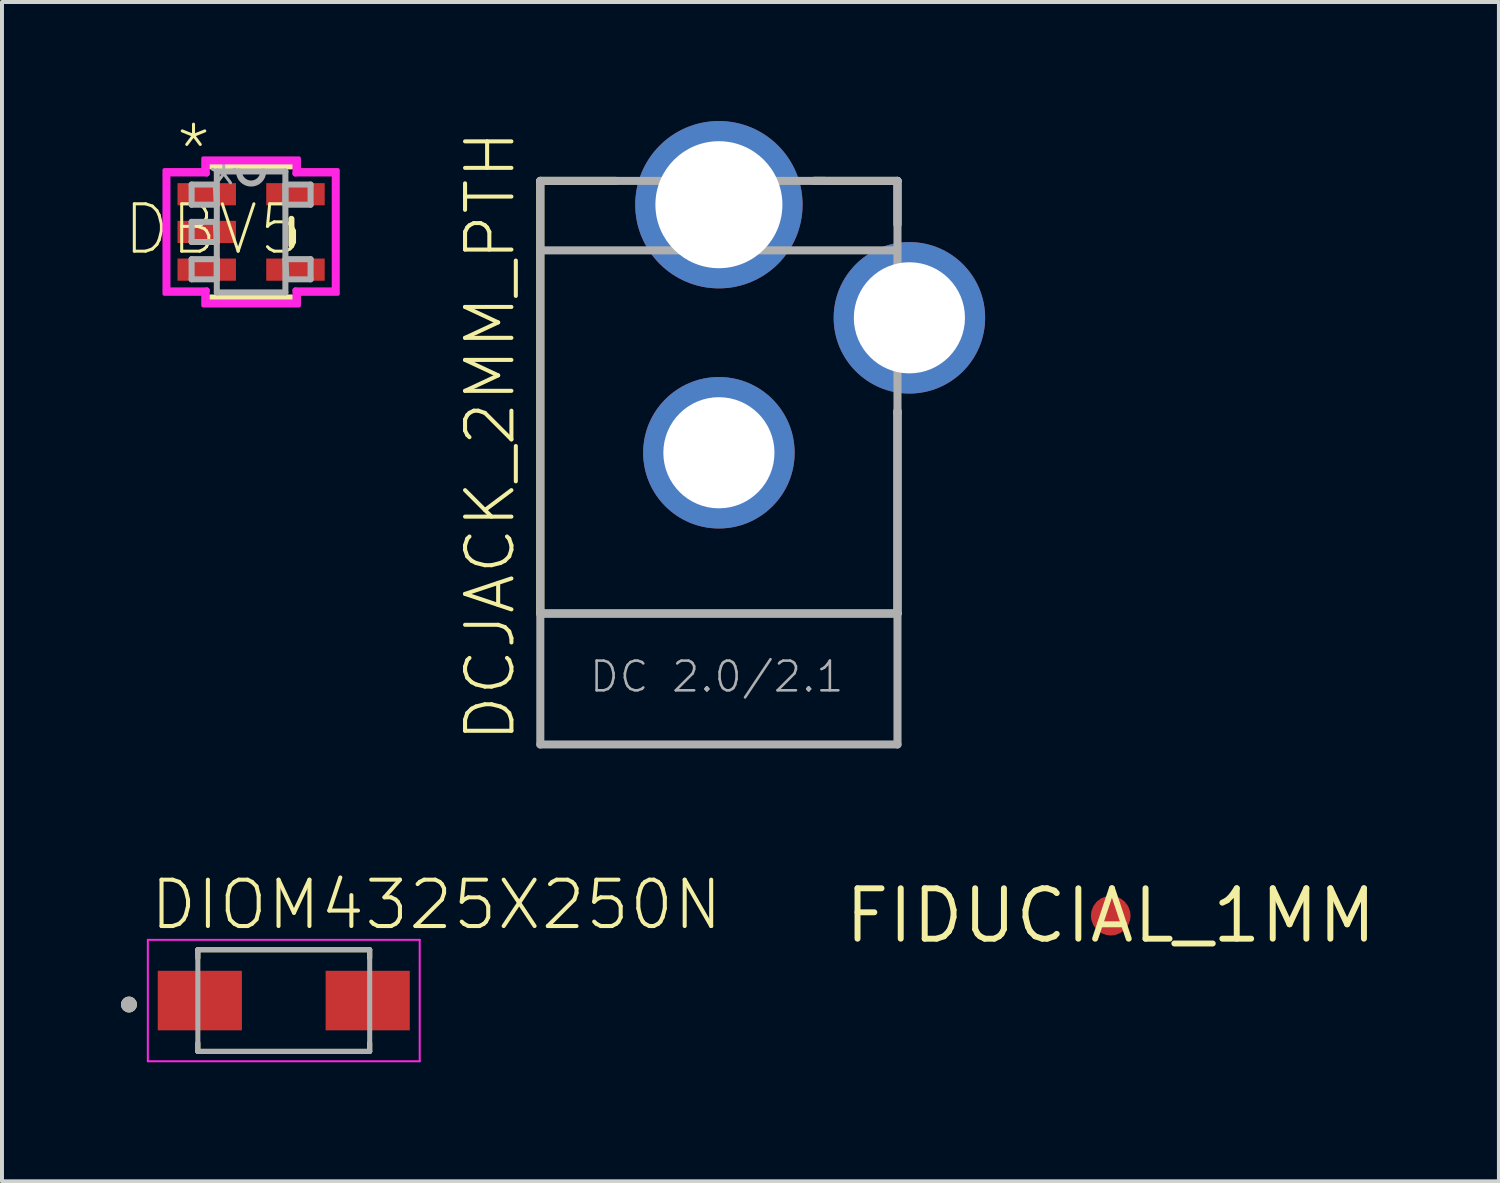
<source format=kicad_pcb>
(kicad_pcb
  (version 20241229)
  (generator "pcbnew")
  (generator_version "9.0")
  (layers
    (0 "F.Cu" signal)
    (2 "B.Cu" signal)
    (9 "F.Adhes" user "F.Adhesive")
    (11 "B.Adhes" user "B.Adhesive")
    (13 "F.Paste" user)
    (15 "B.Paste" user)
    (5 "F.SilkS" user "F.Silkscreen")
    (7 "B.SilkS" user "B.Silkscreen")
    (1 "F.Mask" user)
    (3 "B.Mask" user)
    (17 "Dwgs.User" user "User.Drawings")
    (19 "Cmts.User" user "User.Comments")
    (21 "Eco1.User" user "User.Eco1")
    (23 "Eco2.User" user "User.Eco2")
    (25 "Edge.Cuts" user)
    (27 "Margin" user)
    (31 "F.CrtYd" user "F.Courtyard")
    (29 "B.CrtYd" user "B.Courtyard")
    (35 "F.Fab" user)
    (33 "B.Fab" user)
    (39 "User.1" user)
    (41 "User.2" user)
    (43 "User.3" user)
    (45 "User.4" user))
  (footprint "DCJACK_2MM_PTH"
    (layer "F.Cu")
    (at 15.064 15.708)
    (property "Reference" "DCJACK_2MM_PTH" (at -5.08 0 90) (unlocked yes) (layer "F.SilkS") (effects (font (size 1.168 1.168) (thickness 0.102)) (justify left bottom)))
    (fp_line (start -4.5 -14.2) (end -2.6 -14.2) (stroke (width 0.203) (type solid)) (layer "F.SilkS"))
    (fp_line (start -4.5 -3.3) (end -4.5 -14.2) (stroke (width 0.203) (type solid)) (layer "F.SilkS"))
    (fp_line (start -4.5 -3.3) (end 4.5 -3.3) (stroke (width 0.203) (type solid)) (layer "F.SilkS"))
    (fp_line (start 4.5 -14.2) (end 2.4 -14.2) (stroke (width 0.203) (type solid)) (layer "F.SilkS"))
    (fp_line (start 4.5 -14.2) (end 4.5 -13.1) (stroke (width 0.203) (type solid)) (layer "F.SilkS"))
    (fp_line (start 4.5 -3.3) (end 4.5 -8.4) (stroke (width 0.203) (type solid)) (layer "F.SilkS"))
    (fp_line (start -4.5 -14.2) (end 2.65 -14.2) (stroke (width 0.203) (type solid)) (layer "F.Fab"))
    (fp_line (start -4.5 -12.45) (end -4.5 -14.2) (stroke (width 0.203) (type solid)) (layer "F.Fab"))
    (fp_line (start -4.5 -12.45) (end 4.4 -12.45) (stroke (width 0.203) (type solid)) (layer "F.Fab"))
    (fp_line (start -4.5 -3.3) (end -4.5 -12.45) (stroke (width 0.203) (type solid)) (layer "F.Fab"))
    (fp_line (start -4.5 -3.3) (end -4.5 0) (stroke (width 0.203) (type solid)) (layer "F.Fab"))
    (fp_line (start -4.5 -3.3) (end 4.5 -3.3) (stroke (width 0.203) (type solid)) (layer "F.Fab"))
    (fp_line (start 2.65 -14.2) (end 2.4 -14.2) (stroke (width 0.203) (type solid)) (layer "F.Fab"))
    (fp_line (start 4.5 -14.2) (end 2.65 -14.2) (stroke (width 0.203) (type solid)) (layer "F.Fab"))
    (fp_line (start 4.5 -14.2) (end 4.5 -8.35) (stroke (width 0.203) (type solid)) (layer "F.Fab"))
    (fp_line (start 4.5 -8.35) (end 4.5 -8.4) (stroke (width 0.203) (type solid)) (layer "F.Fab"))
    (fp_line (start 4.5 -3.3) (end 4.5 -8.35) (stroke (width 0.203) (type solid)) (layer "F.Fab"))
    (fp_line (start 4.5 0) (end -4.5 0) (stroke (width 0.203) (type solid)) (layer "F.Fab"))
    (fp_line (start 4.5 0) (end 4.5 -3.3) (stroke (width 0.203) (type solid)) (layer "F.Fab"))
    (fp_text user "DC 2.0/2.1" (at -3.302 -1.27 0) (layer "F.Fab") (effects (font (size 0.748 0.748) (thickness 0.065)) (justify left bottom)))
    (pad "GND" thru_hole circle (at 0 -7.35) (size 3.816 3.816) (drill 2.8) (layers "*.Cu" "*.Mask"))
    (pad "GNDBREAK" thru_hole circle (at 4.8 -10.75 90) (size 3.816 3.816) (drill 2.8) (layers "*.Cu" "*.Mask"))
    (pad "PWR" thru_hole circle (at 0 -13.6) (size 4.216 4.216) (drill 3.2) (layers "*.Cu" "*.Mask")))
  (footprint "DBV5"
    (layer "F.Cu")
    (at 3.277 2.794)
    (property "Reference" "DBV5" (at -3.277 0.635 0) (unlocked yes) (layer "F.SilkS") (effects (font (size 1.194 1.194) (thickness 0.076)) (justify left bottom)))
    (fp_line (start -1.016 1.651) (end 1.016 1.651) (stroke (width 0.152) (type solid)) (layer "F.SilkS"))
    (fp_line (start 1.016 -1.651) (end -1.016 -1.651) (stroke (width 0.152) (type solid)) (layer "F.SilkS"))
    (fp_line (start 1.016 0.33) (end 1.016 -0.33) (stroke (width 0.152) (type solid)) (layer "F.SilkS"))
    (fp_line (start -2.108 -1.473) (end -1.118 -1.473) (stroke (width 0.152) (type solid)) (layer "F.CrtYd"))
    (fp_line (start -2.108 1.473) (end -2.108 -1.473) (stroke (width 0.152) (type solid)) (layer "F.CrtYd"))
    (fp_line (start -1.118 -1.778) (end 1.118 -1.778) (stroke (width 0.152) (type solid)) (layer "F.CrtYd"))
    (fp_line (start -1.118 -1.473) (end -1.118 -1.778) (stroke (width 0.152) (type solid)) (layer "F.CrtYd"))
    (fp_line (start -1.118 1.473) (end -2.108 1.473) (stroke (width 0.152) (type solid)) (layer "F.CrtYd"))
    (fp_line (start -1.118 1.778) (end -1.118 1.473) (stroke (width 0.152) (type solid)) (layer "F.CrtYd"))
    (fp_line (start 1.118 -1.778) (end 1.118 -1.473) (stroke (width 0.152) (type solid)) (layer "F.CrtYd"))
    (fp_line (start 1.118 -1.473) (end 2.108 -1.473) (stroke (width 0.152) (type solid)) (layer "F.CrtYd"))
    (fp_line (start 1.118 1.473) (end 1.118 1.778) (stroke (width 0.152) (type solid)) (layer "F.CrtYd"))
    (fp_line (start 1.118 1.778) (end -1.118 1.778) (stroke (width 0.152) (type solid)) (layer "F.CrtYd"))
    (fp_line (start 2.108 -1.473) (end 2.108 1.473) (stroke (width 0.152) (type solid)) (layer "F.CrtYd"))
    (fp_line (start 2.108 1.473) (end 1.118 1.473) (stroke (width 0.152) (type solid)) (layer "F.CrtYd"))
    (fp_poly (pts (xy 1.206 -1.56) (xy 2.184 -1.56) (xy 2.184 1.56) (xy 1.206 1.56) (xy 1.206 1.854) (xy -1.206 1.854) (xy -1.206 1.56) (xy -2.184 1.56) (xy -2.184 -1.56) (xy -1.206 -1.56) (xy -1.206 -1.854) (xy 1.206 -1.854)) (stroke (width 0.1) (type default)) (fill no) (layer "F.CrtYd"))
    (fp_line (start -1.499 -1.194) (end -1.499 -0.686) (stroke (width 0.152) (type solid)) (layer "F.Fab"))
    (fp_line (start -1.499 -0.686) (end -0.864 -0.686) (stroke (width 0.152) (type solid)) (layer "F.Fab"))
    (fp_line (start -1.499 -0.254) (end -1.499 0.254) (stroke (width 0.152) (type solid)) (layer "F.Fab"))
    (fp_line (start -1.499 0.254) (end -0.864 0.254) (stroke (width 0.152) (type solid)) (layer "F.Fab"))
    (fp_line (start -1.499 0.686) (end -1.499 1.194) (stroke (width 0.152) (type solid)) (layer "F.Fab"))
    (fp_line (start -1.499 1.194) (end -0.864 1.194) (stroke (width 0.152) (type solid)) (layer "F.Fab"))
    (fp_line (start -0.889 -1.194) (end -1.499 -1.194) (stroke (width 0.152) (type solid)) (layer "F.Fab"))
    (fp_line (start -0.889 -0.254) (end -1.499 -0.254) (stroke (width 0.152) (type solid)) (layer "F.Fab"))
    (fp_line (start -0.864 -1.524) (end -0.864 1.524) (stroke (width 0.152) (type solid)) (layer "F.Fab"))
    (fp_line (start -0.864 -0.686) (end -0.889 -1.194) (stroke (width 0.152) (type solid)) (layer "F.Fab"))
    (fp_line (start -0.864 0.254) (end -0.889 -0.254) (stroke (width 0.152) (type solid)) (layer "F.Fab"))
    (fp_line (start -0.864 0.686) (end -1.499 0.686) (stroke (width 0.152) (type solid)) (layer "F.Fab"))
    (fp_line (start -0.864 1.194) (end -0.864 0.686) (stroke (width 0.152) (type solid)) (layer "F.Fab"))
    (fp_line (start -0.864 1.524) (end 0.864 1.524) (stroke (width 0.152) (type solid)) (layer "F.Fab"))
    (fp_line (start 0.864 -1.524) (end -0.864 -1.524) (stroke (width 0.152) (type solid)) (layer "F.Fab"))
    (fp_line (start 0.864 -1.194) (end 0.864 -0.686) (stroke (width 0.152) (type solid)) (layer "F.Fab"))
    (fp_line (start 0.864 -0.686) (end 1.499 -0.686) (stroke (width 0.152) (type solid)) (layer "F.Fab"))
    (fp_line (start 0.864 0.686) (end 0.889 1.194) (stroke (width 0.152) (type solid)) (layer "F.Fab"))
    (fp_line (start 0.864 1.524) (end 0.864 -1.524) (stroke (width 0.152) (type solid)) (layer "F.Fab"))
    (fp_line (start 0.889 1.194) (end 1.499 1.194) (stroke (width 0.152) (type solid)) (layer "F.Fab"))
    (fp_line (start 1.499 -1.194) (end 0.864 -1.194) (stroke (width 0.152) (type solid)) (layer "F.Fab"))
    (fp_line (start 1.499 -0.686) (end 1.499 -1.194) (stroke (width 0.152) (type solid)) (layer "F.Fab"))
    (fp_line (start 1.499 0.686) (end 0.864 0.686) (stroke (width 0.152) (type solid)) (layer "F.Fab"))
    (fp_line (start 1.499 1.194) (end 1.499 0.686) (stroke (width 0.152) (type solid)) (layer "F.Fab"))
    (fp_arc (start 0.3048 -1.524) (mid 0 -1.2192) (end -0.3048 -1.524) (stroke (width 0.1524) (type solid)) (layer "F.Fab"))
    (fp_text user "*" (at -1.956 -1.372 0) (layer "F.SilkS") (effects (font (size 1.194 1.194) (thickness 0.076)) (justify left bottom)))
    (fp_text user "*" (at -1.194 -0.406 0) (layer "F.Fab") (effects (font (size 1.194 1.194) (thickness 0.076)) (justify left bottom)))
    (pad "1" smd rect (at -1.118 -0.95) (size 1.473 0.559) (layers "F.Cu" "F.Mask" "F.Paste"))
    (pad "2" smd rect (at -1.118 0) (size 1.473 0.559) (layers "F.Cu" "F.Mask" "F.Paste"))
    (pad "3" smd rect (at -1.118 0.95) (size 1.473 0.559) (layers "F.Cu" "F.Mask" "F.Paste"))
    (pad "4" smd rect (at 1.118 0.95) (size 1.473 0.559) (layers "F.Cu" "F.Mask" "F.Paste"))
    (pad "5" smd rect (at 1.118 -0.95) (size 1.473 0.559) (layers "F.Cu" "F.Mask" "F.Paste")))
  (footprint "FIDUCIAL_1MM"
    (layer "F.Cu")
    (at 24.937 20.022)
    (property "Reference" "FIDUCIAL_1MM" (at 0 0 0) (unlocked yes) (layer "F.SilkS") (effects (font (size 1.27 1.27) (thickness 0.15))))
    (fp_poly (pts (xy 0.404 -0.984) (xy 0.591 -0.885) (xy 0.752 -0.752) (xy 0.885 -0.591) (xy 0.983 -0.407) (xy 1.043 -0.208) (xy 1.064 0.003) (xy 0.984 0.404) (xy 0.885 0.591) (xy 0.752 0.752) (xy 0.591 0.885) (xy 0.407 0.983) (xy 0.208 1.043) (xy -0.003 1.064) (xy -0.404 0.984) (xy -0.591 0.885) (xy -0.752 0.752) (xy -0.885 0.591) (xy -0.983 0.407) (xy -1.043 0.208) (xy -1.064 -0.003) (xy -0.984 -0.404) (xy -0.885 -0.591) (xy -0.752 -0.752) (xy -0.591 -0.885) (xy -0.407 -0.983) (xy -0.208 -1.043) (xy 0.003 -1.064)) (stroke (width 0) (type default)) (fill yes) (layer "F.Mask"))
    (pad "1" smd roundrect (at 0 0) (size 1 1) (layers "F.Cu") (roundrect_rratio 0.5))
    (zone (net_name "") (layer "F.Cu") (hatch edge 0.5) (connect_pads) (min_thickness 0.25) (filled_areas_thickness no) (keepout (tracks not_allowed) (vias not_allowed) (pads not_allowed) (copperpour not_allowed) (footprints allowed)) (placement (enabled no)) (fill) (polygon (pts (xy 23.937 20.022) (xy 23.956 20.217) (xy 24.013 20.405) (xy 24.106 20.578) (xy 24.23 20.729) (xy 24.381 20.854) (xy 24.554 20.946) (xy 24.937 21.022) (xy 25.132 21.003) (xy 25.32 20.946) (xy 25.493 20.854) (xy 25.644 20.729) (xy 25.768 20.578) (xy 25.861 20.405) (xy 25.937 20.022) (xy 25.918 19.827) (xy 25.861 19.639) (xy 25.768 19.467) (xy 25.644 19.315) (xy 25.493 19.191) (xy 25.32 19.098) (xy 24.937 19.022) (xy 24.742 19.041) (xy 24.554 19.098) (xy 24.381 19.191) (xy 24.23 19.315) (xy 24.106 19.467) (xy 24.013 19.639)))))
  (footprint "DIOM4325X250N"
    (layer "F.Cu")
    (at 4.1 22.161)
    (property "Reference" "DIOM4325X250N" (at -3.425 -1.73 0) (unlocked yes) (layer "F.SilkS") (effects (font (size 1.168 1.168) (thickness 0.102)) (justify left bottom)))
    (fp_line (start -2.165 -1.28) (end -2.165 -1.07) (stroke (width 0.127) (type solid)) (layer "F.SilkS"))
    (fp_line (start -2.165 1.28) (end -2.165 1.07) (stroke (width 0.127) (type solid)) (layer "F.SilkS"))
    (fp_line (start -2.165 1.28) (end 2.165 1.28) (stroke (width 0.127) (type solid)) (layer "F.SilkS"))
    (fp_line (start 2.165 -1.28) (end -2.165 -1.28) (stroke (width 0.127) (type solid)) (layer "F.SilkS"))
    (fp_line (start 2.165 -1.07) (end 2.165 -1.28) (stroke (width 0.127) (type solid)) (layer "F.SilkS"))
    (fp_line (start 2.165 1.28) (end 2.165 1.07) (stroke (width 0.127) (type solid)) (layer "F.SilkS"))
    (fp_circle (center -3.9 0.1) (end -3.8 0.1) (stroke (width 0.2) (type solid)) (fill no) (layer "F.SilkS"))
    (fp_line (start -3.425 -1.53) (end -3.425 1.53) (stroke (width 0.05) (type solid)) (layer "F.CrtYd"))
    (fp_line (start -3.425 1.53) (end 3.425 1.53) (stroke (width 0.05) (type solid)) (layer "F.CrtYd"))
    (fp_line (start 3.425 -1.53) (end -3.425 -1.53) (stroke (width 0.05) (type solid)) (layer "F.CrtYd"))
    (fp_line (start 3.425 1.53) (end 3.425 -1.53) (stroke (width 0.05) (type solid)) (layer "F.CrtYd"))
    (fp_line (start -2.165 -1.28) (end -2.165 1.28) (stroke (width 0.127) (type solid)) (layer "F.Fab"))
    (fp_line (start -2.165 1.28) (end 2.165 1.28) (stroke (width 0.127) (type solid)) (layer "F.Fab"))
    (fp_line (start 2.165 -1.28) (end -2.165 -1.28) (stroke (width 0.127) (type solid)) (layer "F.Fab"))
    (fp_line (start 2.165 1.28) (end 2.165 -1.28) (stroke (width 0.127) (type solid)) (layer "F.Fab"))
    (fp_circle (center -3.9 0.1) (end -3.8 0.1) (stroke (width 0.2) (type solid)) (fill no) (layer "F.Fab"))
    (pad "A" smd rect (at 2.115 0) (size 2.12 1.5) (layers "F.Cu" "F.Mask" "F.Paste"))
    (pad "C" smd rect (at -2.115 0) (size 2.12 1.5) (layers "F.Cu" "F.Mask" "F.Paste")))
  (gr_rect
    (start -3 -3)
    (end 34.718 26.716)
    (stroke (width 0.1) (type default))
    (fill no)
    (layer "Edge.Cuts")))
</source>
